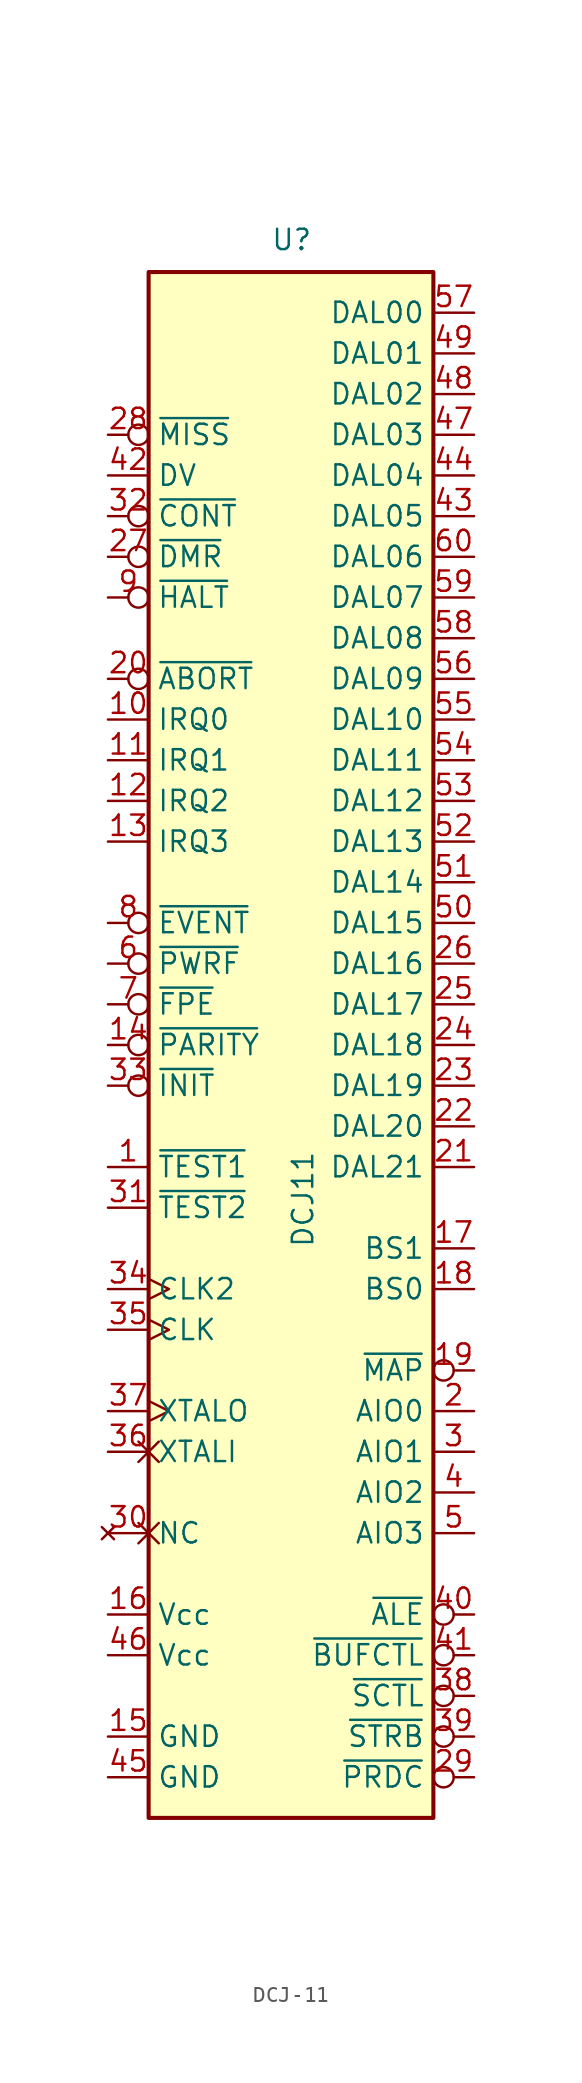
<source format=kicad_sym>
(kicad_symbol_lib
  (version 20231120)
  (generator "kicad_symbol_editor")
  (generator_version "8.0")
  (symbol "DCJ-11"
    (property "Reference" "U"
      (at -1.27 49.53 0)
      (effects (font (size 1.27 1.27)) (justify left bottom)))
    (property "Value" "DCJ11"
      (at 0 -12.7 90)
      (effects (font (size 1.27 1.27)) (justify left top)))
    (symbol "DCJ-11_0_1"
      (rectangle (start -8.89 48.26) (end 8.89 -48.26) (stroke (width 0.254) (type default)) (fill (type background))))
    (symbol "DCJ-11_1_0"
      (pin input line (at -11.43 -7.62 0) (length 2.54) (name "~{TEST1}" (effects (font (size 1.27 1.27)))) (number "1" (effects (font (size 1.27 1.27)))))
      (pin input inverted (at -11.43 0 0) (length 2.54) (name "~{PARITY}" (effects (font (size 1.27 1.27)))) (number "14" (effects (font (size 1.27 1.27)))))
      (pin output inverted (at 11.43 -20.32 180) (length 2.54) (name "~{MAP}" (effects (font (size 1.27 1.27)))) (number "19" (effects (font (size 1.27 1.27)))))
      (pin output line (at 11.43 -22.86 180) (length 2.54) (name "AIO0" (effects (font (size 1.27 1.27)))) (number "2" (effects (font (size 1.27 1.27)))))
      (pin bidirectional inverted (at -11.43 22.86 0) (length 2.54) (name "~{ABORT}" (effects (font (size 1.27 1.27)))) (number "20" (effects (font (size 1.27 1.27)))))
      (pin input inverted (at -11.43 30.48 0) (length 2.54) (name "~{DMR}" (effects (font (size 1.27 1.27)))) (number "27" (effects (font (size 1.27 1.27)))))
      (pin input inverted (at -11.43 38.1 0) (length 2.54) (name "~{MISS}" (effects (font (size 1.27 1.27)))) (number "28" (effects (font (size 1.27 1.27)))))
      (pin output inverted (at 11.43 -45.72 180) (length 2.54) (name "~{PRDC}" (effects (font (size 1.27 1.27)))) (number "29" (effects (font (size 1.27 1.27)))))
      (pin no_connect non_logic (at -11.43 -30.48 0) (length 2.54) (name "NC" (effects (font (size 1.27 1.27)))) (number "30" (effects (font (size 1.27 1.27)))))
      (pin input line (at -11.43 -10.16 0) (length 2.54) (name "~{TEST2}" (effects (font (size 1.27 1.27)))) (number "31" (effects (font (size 1.27 1.27)))))
      (pin output clock (at -11.43 -15.24 0) (length 2.54) (name "CLK2" (effects (font (size 1.27 1.27)))) (number "34" (effects (font (size 1.27 1.27)))))
      (pin output inverted (at 11.43 -40.64 180) (length 2.54) (name "~{SCTL}" (effects (font (size 1.27 1.27)))) (number "38" (effects (font (size 1.27 1.27)))))
      (pin power_in line (at -11.43 -38.1 0) (length 2.54) (name "Vcc" (effects (font (size 1.27 1.27)))) (number "46" (effects (font (size 1.27 1.27)))))
      (pin input inverted (at -11.43 27.94 0) (length 2.54) (name "~{HALT}" (effects (font (size 1.27 1.27)))) (number "9" (effects (font (size 1.27 1.27))))))
    (symbol "DCJ-11_1_1"
      (pin input line (at -11.43 20.32 0) (length 2.54) (name "IRQ0" (effects (font (size 1.27 1.27)))) (number "10" (effects (font (size 1.27 1.27)))))
      (pin input line (at -11.43 17.78 0) (length 2.54) (name "IRQ1" (effects (font (size 1.27 1.27)))) (number "11" (effects (font (size 1.27 1.27)))))
      (pin input line (at -11.43 15.24 0) (length 2.54) (name "IRQ2" (effects (font (size 1.27 1.27)))) (number "12" (effects (font (size 1.27 1.27)))))
      (pin input line (at -11.43 12.7 0) (length 2.54) (name "IRQ3" (effects (font (size 1.27 1.27)))) (number "13" (effects (font (size 1.27 1.27)))))
      (pin power_in line (at -11.43 -43.18 0) (length 2.54) (name "GND" (effects (font (size 1.27 1.27)))) (number "15" (effects (font (size 1.27 1.27)))))
      (pin power_in line (at -11.43 -35.56 0) (length 2.54) (name "Vcc" (effects (font (size 1.27 1.27)))) (number "16" (effects (font (size 1.27 1.27)))))
      (pin output line (at 11.43 -12.7 180) (length 2.54) (name "BS1" (effects (font (size 1.27 1.27)))) (number "17" (effects (font (size 1.27 1.27)))))
      (pin output line (at 11.43 -15.24 180) (length 2.54) (name "BS0" (effects (font (size 1.27 1.27)))) (number "18" (effects (font (size 1.27 1.27)))))
      (pin bidirectional line (at 11.43 -7.62 180) (length 2.54) (name "DAL21" (effects (font (size 1.27 1.27)))) (number "21" (effects (font (size 1.27 1.27)))))
      (pin bidirectional line (at 11.43 -5.08 180) (length 2.54) (name "DAL20" (effects (font (size 1.27 1.27)))) (number "22" (effects (font (size 1.27 1.27)))))
      (pin bidirectional line (at 11.43 -2.54 180) (length 2.54) (name "DAL19" (effects (font (size 1.27 1.27)))) (number "23" (effects (font (size 1.27 1.27)))))
      (pin bidirectional line (at 11.43 0 180) (length 2.54) (name "DAL18" (effects (font (size 1.27 1.27)))) (number "24" (effects (font (size 1.27 1.27)))))
      (pin bidirectional line (at 11.43 2.54 180) (length 2.54) (name "DAL17" (effects (font (size 1.27 1.27)))) (number "25" (effects (font (size 1.27 1.27)))))
      (pin bidirectional line (at 11.43 5.08 180) (length 2.54) (name "DAL16" (effects (font (size 1.27 1.27)))) (number "26" (effects (font (size 1.27 1.27)))))
      (pin output line (at 11.43 -25.4 180) (length 2.54) (name "AIO1" (effects (font (size 1.27 1.27)))) (number "3" (effects (font (size 1.27 1.27)))))
      (pin input inverted (at -11.43 33.02 0) (length 2.54) (name "~{CONT}" (effects (font (size 1.27 1.27)))) (number "32" (effects (font (size 1.27 1.27)))))
      (pin input inverted (at -11.43 -2.54 0) (length 2.54) (name "~{INIT}" (effects (font (size 1.27 1.27)))) (number "33" (effects (font (size 1.27 1.27)))))
      (pin output clock (at -11.43 -17.78 0) (length 2.54) (name "CLK" (effects (font (size 1.27 1.27)))) (number "35" (effects (font (size 1.27 1.27)))))
      (pin passive non_logic (at -11.43 -25.4 0) (length 2.54) (name "XTALI" (effects (font (size 1.27 1.27)))) (number "36" (effects (font (size 1.27 1.27)))))
      (pin output clock (at -11.43 -22.86 0) (length 2.54) (name "XTALO" (effects (font (size 1.27 1.27)))) (number "37" (effects (font (size 1.27 1.27)))))
      (pin output inverted (at 11.43 -43.18 180) (length 2.54) (name "~{STRB}" (effects (font (size 1.27 1.27)))) (number "39" (effects (font (size 1.27 1.27)))))
      (pin output line (at 11.43 -27.94 180) (length 2.54) (name "AIO2" (effects (font (size 1.27 1.27)))) (number "4" (effects (font (size 1.27 1.27)))))
      (pin output inverted (at 11.43 -35.56 180) (length 2.54) (name "~{ALE}" (effects (font (size 1.27 1.27)))) (number "40" (effects (font (size 1.27 1.27)))))
      (pin output inverted (at 11.43 -38.1 180) (length 2.54) (name "~{BUFCTL}" (effects (font (size 1.27 1.27)))) (number "41" (effects (font (size 1.27 1.27)))))
      (pin input line (at -11.43 35.56 0) (length 2.54) (name "DV" (effects (font (size 1.27 1.27)))) (number "42" (effects (font (size 1.27 1.27)))))
      (pin bidirectional line (at 11.43 33.02 180) (length 2.54) (name "DAL05" (effects (font (size 1.27 1.27)))) (number "43" (effects (font (size 1.27 1.27)))))
      (pin bidirectional line (at 11.43 35.56 180) (length 2.54) (name "DAL04" (effects (font (size 1.27 1.27)))) (number "44" (effects (font (size 1.27 1.27)))))
      (pin power_in line (at -11.43 -45.72 0) (length 2.54) (name "GND" (effects (font (size 1.27 1.27)))) (number "45" (effects (font (size 1.27 1.27)))))
      (pin bidirectional line (at 11.43 38.1 180) (length 2.54) (name "DAL03" (effects (font (size 1.27 1.27)))) (number "47" (effects (font (size 1.27 1.27)))))
      (pin bidirectional line (at 11.43 40.64 180) (length 2.54) (name "DAL02" (effects (font (size 1.27 1.27)))) (number "48" (effects (font (size 1.27 1.27)))))
      (pin bidirectional line (at 11.43 43.18 180) (length 2.54) (name "DAL01" (effects (font (size 1.27 1.27)))) (number "49" (effects (font (size 1.27 1.27)))))
      (pin output line (at 11.43 -30.48 180) (length 2.54) (name "AIO3" (effects (font (size 1.27 1.27)))) (number "5" (effects (font (size 1.27 1.27)))))
      (pin bidirectional line (at 11.43 7.62 180) (length 2.54) (name "DAL15" (effects (font (size 1.27 1.27)))) (number "50" (effects (font (size 1.27 1.27)))))
      (pin bidirectional line (at 11.43 10.16 180) (length 2.54) (name "DAL14" (effects (font (size 1.27 1.27)))) (number "51" (effects (font (size 1.27 1.27)))))
      (pin bidirectional line (at 11.43 12.7 180) (length 2.54) (name "DAL13" (effects (font (size 1.27 1.27)))) (number "52" (effects (font (size 1.27 1.27)))))
      (pin bidirectional line (at 11.43 15.24 180) (length 2.54) (name "DAL12" (effects (font (size 1.27 1.27)))) (number "53" (effects (font (size 1.27 1.27)))))
      (pin bidirectional line (at 11.43 17.78 180) (length 2.54) (name "DAL11" (effects (font (size 1.27 1.27)))) (number "54" (effects (font (size 1.27 1.27)))))
      (pin bidirectional line (at 11.43 20.32 180) (length 2.54) (name "DAL10" (effects (font (size 1.27 1.27)))) (number "55" (effects (font (size 1.27 1.27)))))
      (pin bidirectional line (at 11.43 22.86 180) (length 2.54) (name "DAL09" (effects (font (size 1.27 1.27)))) (number "56" (effects (font (size 1.27 1.27)))))
      (pin bidirectional line (at 11.43 45.72 180) (length 2.54) (name "DAL00" (effects (font (size 1.27 1.27)))) (number "57" (effects (font (size 1.27 1.27)))))
      (pin bidirectional line (at 11.43 25.4 180) (length 2.54) (name "DAL08" (effects (font (size 1.27 1.27)))) (number "58" (effects (font (size 1.27 1.27)))))
      (pin bidirectional line (at 11.43 27.94 180) (length 2.54) (name "DAL07" (effects (font (size 1.27 1.27)))) (number "59" (effects (font (size 1.27 1.27)))))
      (pin input inverted (at -11.43 5.08 0) (length 2.54) (name "~{PWRF}" (effects (font (size 1.27 1.27)))) (number "6" (effects (font (size 1.27 1.27)))))
      (pin bidirectional line (at 11.43 30.48 180) (length 2.54) (name "DAL06" (effects (font (size 1.27 1.27)))) (number "60" (effects (font (size 1.27 1.27)))))
      (pin input inverted (at -11.43 2.54 0) (length 2.54) (name "~{FPE}" (effects (font (size 1.27 1.27)))) (number "7" (effects (font (size 1.27 1.27)))))
      (pin input inverted (at -11.43 7.62 0) (length 2.54) (name "~{EVENT}" (effects (font (size 1.27 1.27)))) (number "8" (effects (font (size 1.27 1.27))))))))
</source>
